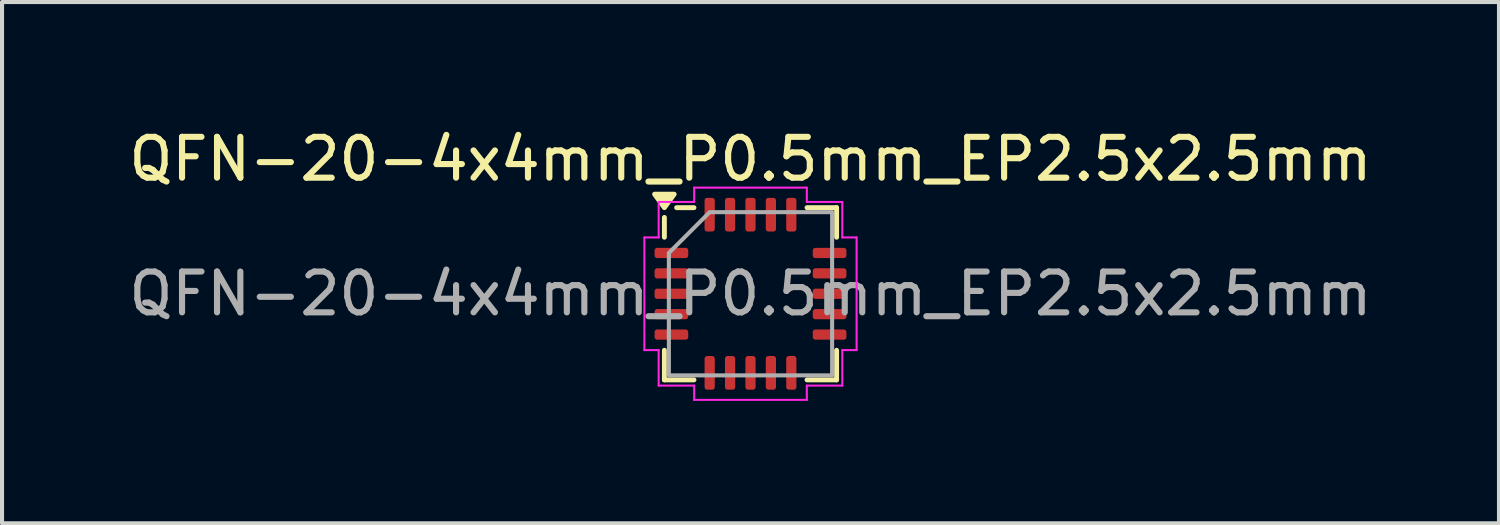
<source format=kicad_pcb>
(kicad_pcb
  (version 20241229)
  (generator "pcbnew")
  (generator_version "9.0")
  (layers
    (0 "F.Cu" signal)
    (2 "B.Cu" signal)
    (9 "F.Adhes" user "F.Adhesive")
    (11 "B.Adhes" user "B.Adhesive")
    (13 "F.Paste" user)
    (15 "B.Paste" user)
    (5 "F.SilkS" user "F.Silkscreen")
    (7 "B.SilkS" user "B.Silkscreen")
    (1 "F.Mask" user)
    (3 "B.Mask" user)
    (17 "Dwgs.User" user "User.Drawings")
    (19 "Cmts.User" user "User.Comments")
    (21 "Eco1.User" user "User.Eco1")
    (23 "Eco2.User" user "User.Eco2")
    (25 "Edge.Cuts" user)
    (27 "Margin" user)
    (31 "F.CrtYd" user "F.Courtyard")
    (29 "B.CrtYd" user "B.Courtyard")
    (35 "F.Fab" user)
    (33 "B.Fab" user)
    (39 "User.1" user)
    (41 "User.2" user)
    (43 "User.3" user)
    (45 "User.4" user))
  (footprint "QFN-20-4x4mm_P0.5mm_EP2.5x2.5mm"
    (layer "F.Cu")
    (at 15.339 4.148)
    (property "Reference" "QFN-20-4x4mm_P0.5mm_EP2.5x2.5mm" (at 0 -3.3 0) (layer "F.SilkS") (effects (font (size 1 1) (thickness 0.15))))
    (attr smd)
    (fp_line (start -2.11 -1.385) (end -2.11 -1.87) (stroke (width 0.12) (type solid)) (layer "F.SilkS"))
    (fp_line (start -2.11 2.11) (end -2.11 1.385) (stroke (width 0.12) (type solid)) (layer "F.SilkS"))
    (fp_line (start -1.385 -2.11) (end -1.81 -2.11) (stroke (width 0.12) (type solid)) (layer "F.SilkS"))
    (fp_line (start -1.385 2.11) (end -2.11 2.11) (stroke (width 0.12) (type solid)) (layer "F.SilkS"))
    (fp_line (start 1.385 -2.11) (end 2.11 -2.11) (stroke (width 0.12) (type solid)) (layer "F.SilkS"))
    (fp_line (start 1.385 2.11) (end 2.11 2.11) (stroke (width 0.12) (type solid)) (layer "F.SilkS"))
    (fp_line (start 2.11 -2.11) (end 2.11 -1.385) (stroke (width 0.12) (type solid)) (layer "F.SilkS"))
    (fp_line (start 2.11 2.11) (end 2.11 1.385) (stroke (width 0.12) (type solid)) (layer "F.SilkS"))
    (fp_poly (pts (xy -2.11 -2.11) (xy -2.35 -2.44) (xy -1.87 -2.44)) (stroke (width 0.12) (type solid)) (fill yes) (layer "F.SilkS"))
    (fp_line (start -2.6 -1.38) (end -2.25 -1.38) (stroke (width 0.05) (type solid)) (layer "F.CrtYd"))
    (fp_line (start -2.6 1.38) (end -2.6 -1.38) (stroke (width 0.05) (type solid)) (layer "F.CrtYd"))
    (fp_line (start -2.25 -2.25) (end -1.38 -2.25) (stroke (width 0.05) (type solid)) (layer "F.CrtYd"))
    (fp_line (start -2.25 -1.38) (end -2.25 -2.25) (stroke (width 0.05) (type solid)) (layer "F.CrtYd"))
    (fp_line (start -2.25 1.38) (end -2.6 1.38) (stroke (width 0.05) (type solid)) (layer "F.CrtYd"))
    (fp_line (start -2.25 2.25) (end -2.25 1.38) (stroke (width 0.05) (type solid)) (layer "F.CrtYd"))
    (fp_line (start -1.38 -2.6) (end 1.38 -2.6) (stroke (width 0.05) (type solid)) (layer "F.CrtYd"))
    (fp_line (start -1.38 -2.25) (end -1.38 -2.6) (stroke (width 0.05) (type solid)) (layer "F.CrtYd"))
    (fp_line (start -1.38 2.25) (end -2.25 2.25) (stroke (width 0.05) (type solid)) (layer "F.CrtYd"))
    (fp_line (start -1.38 2.6) (end -1.38 2.25) (stroke (width 0.05) (type solid)) (layer "F.CrtYd"))
    (fp_line (start 1.38 -2.6) (end 1.38 -2.25) (stroke (width 0.05) (type solid)) (layer "F.CrtYd"))
    (fp_line (start 1.38 -2.25) (end 2.25 -2.25) (stroke (width 0.05) (type solid)) (layer "F.CrtYd"))
    (fp_line (start 1.38 2.25) (end 1.38 2.6) (stroke (width 0.05) (type solid)) (layer "F.CrtYd"))
    (fp_line (start 1.38 2.6) (end -1.38 2.6) (stroke (width 0.05) (type solid)) (layer "F.CrtYd"))
    (fp_line (start 2.25 -2.25) (end 2.25 -1.38) (stroke (width 0.05) (type solid)) (layer "F.CrtYd"))
    (fp_line (start 2.25 -1.38) (end 2.6 -1.38) (stroke (width 0.05) (type solid)) (layer "F.CrtYd"))
    (fp_line (start 2.25 1.38) (end 2.25 2.25) (stroke (width 0.05) (type solid)) (layer "F.CrtYd"))
    (fp_line (start 2.25 2.25) (end 1.38 2.25) (stroke (width 0.05) (type solid)) (layer "F.CrtYd"))
    (fp_line (start 2.6 -1.38) (end 2.6 1.38) (stroke (width 0.05) (type solid)) (layer "F.CrtYd"))
    (fp_line (start 2.6 1.38) (end 2.25 1.38) (stroke (width 0.05) (type solid)) (layer "F.CrtYd"))
    (fp_poly (pts (xy -2 -1) (xy -2 2) (xy 2 2) (xy 2 -2) (xy -1 -2)) (stroke (width 0.1) (type solid)) (fill no) (layer "F.Fab"))
    (fp_text user "${REFERENCE}" (at 0 0 0) (layer "F.Fab") (effects (font (size 1 1) (thickness 0.15))))
    (pad "1" smd roundrect (at -1.938 -1) (size 0.825 0.25) (layers "F.Cu" "F.Mask" "F.Paste") (roundrect_rratio 0.25))
    (pad "2" smd roundrect (at -1.938 -0.5) (size 0.825 0.25) (layers "F.Cu" "F.Mask" "F.Paste") (roundrect_rratio 0.25))
    (pad "3" smd roundrect (at -1.938 0) (size 0.825 0.25) (layers "F.Cu" "F.Mask" "F.Paste") (roundrect_rratio 0.25))
    (pad "4" smd roundrect (at -1.938 0.5) (size 0.825 0.25) (layers "F.Cu" "F.Mask" "F.Paste") (roundrect_rratio 0.25))
    (pad "5" smd roundrect (at -1.938 1) (size 0.825 0.25) (layers "F.Cu" "F.Mask" "F.Paste") (roundrect_rratio 0.25))
    (pad "6" smd roundrect (at -1 1.938) (size 0.25 0.825) (layers "F.Cu" "F.Mask" "F.Paste") (roundrect_rratio 0.25))
    (pad "7" smd roundrect (at -0.5 1.938) (size 0.25 0.825) (layers "F.Cu" "F.Mask" "F.Paste") (roundrect_rratio 0.25))
    (pad "8" smd roundrect (at 0 1.938) (size 0.25 0.825) (layers "F.Cu" "F.Mask" "F.Paste") (roundrect_rratio 0.25))
    (pad "9" smd roundrect (at 0.5 1.938) (size 0.25 0.825) (layers "F.Cu" "F.Mask" "F.Paste") (roundrect_rratio 0.25))
    (pad "10" smd roundrect (at 1 1.938) (size 0.25 0.825) (layers "F.Cu" "F.Mask" "F.Paste") (roundrect_rratio 0.25))
    (pad "11" smd roundrect (at 1.938 1) (size 0.825 0.25) (layers "F.Cu" "F.Mask" "F.Paste") (roundrect_rratio 0.25))
    (pad "12" smd roundrect (at 1.938 0.5) (size 0.825 0.25) (layers "F.Cu" "F.Mask" "F.Paste") (roundrect_rratio 0.25))
    (pad "13" smd roundrect (at 1.938 0) (size 0.825 0.25) (layers "F.Cu" "F.Mask" "F.Paste") (roundrect_rratio 0.25))
    (pad "14" smd roundrect (at 1.938 -0.5) (size 0.825 0.25) (layers "F.Cu" "F.Mask" "F.Paste") (roundrect_rratio 0.25))
    (pad "15" smd roundrect (at 1.938 -1) (size 0.825 0.25) (layers "F.Cu" "F.Mask" "F.Paste") (roundrect_rratio 0.25))
    (pad "16" smd roundrect (at 1 -1.938) (size 0.25 0.825) (layers "F.Cu" "F.Mask" "F.Paste") (roundrect_rratio 0.25))
    (pad "17" smd roundrect (at 0.5 -1.938) (size 0.25 0.825) (layers "F.Cu" "F.Mask" "F.Paste") (roundrect_rratio 0.25))
    (pad "18" smd roundrect (at 0 -1.938) (size 0.25 0.825) (layers "F.Cu" "F.Mask" "F.Paste") (roundrect_rratio 0.25))
    (pad "19" smd roundrect (at -0.5 -1.938) (size 0.25 0.825) (layers "F.Cu" "F.Mask" "F.Paste") (roundrect_rratio 0.25))
    (pad "20" smd roundrect (at -1 -1.938) (size 0.25 0.825) (layers "F.Cu" "F.Mask" "F.Paste") (roundrect_rratio 0.25)))
  (gr_rect
    (start -3 -3)
    (end 33.679 9.773)
    (stroke (width 0.1) (type default))
    (fill no)
    (layer "Edge.Cuts")))
</source>
